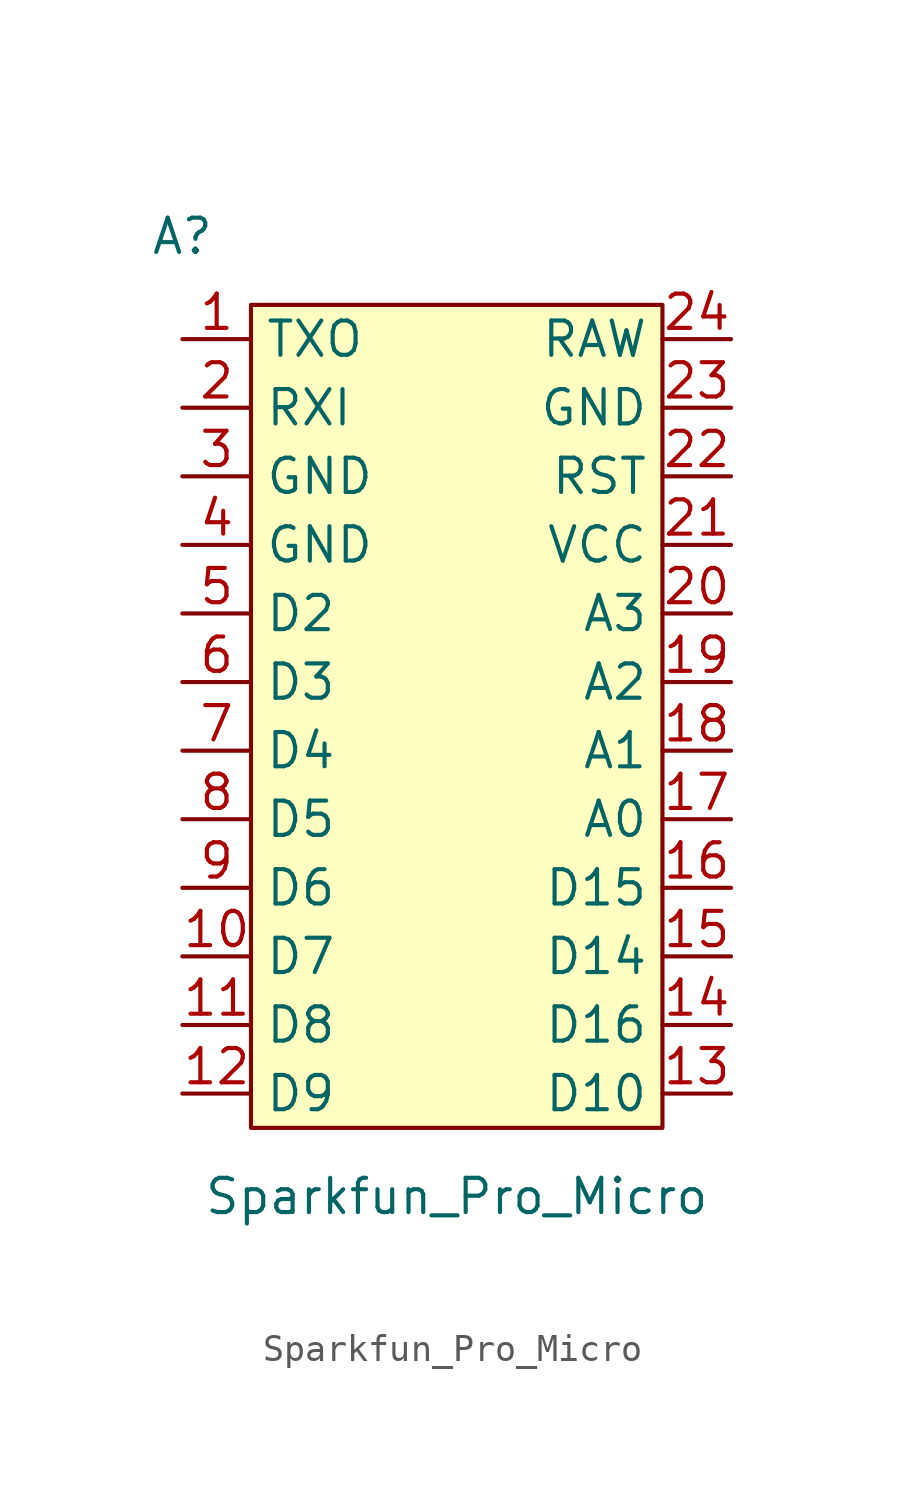
<source format=kicad_sym>
(kicad_symbol_lib
  (version 20220914)
  (generator kicad_symbol_editor)
  (symbol "Sparkfun_Pro_Micro"
    (property "Reference" "A"
      (at -10.16 17.78 0)
      (effects (font (size 1.27 1.27))))
    (property "Value" "Sparkfun_Pro_Micro"
      (at 0 -17.78 0)
      (effects (font (size 1.27 1.27))))
    (symbol "Sparkfun_Pro_Micro_1_1"
      (rectangle (start -7.62 15.24) (end 7.62 -15.24) (stroke (width 0) (type default)) (fill (type background)))
      (pin bidirectional line (at -10.16 13.97 0) (length 2.54) (name "TXO" (effects (font (size 1.27 1.27)))) (number "1" (effects (font (size 1.27 1.27)))) (alternate "D1" bidirectional line) (alternate "INT3" bidirectional line) (alternate "PD3" bidirectional line) (alternate "TX1" bidirectional line))
      (pin bidirectional line (at -10.16 -8.89 0) (length 2.54) (name "D7" (effects (font (size 1.27 1.27)))) (number "10" (effects (font (size 1.27 1.27)))) (alternate "AIN0" bidirectional line) (alternate "INT6" bidirectional line) (alternate "PE6" bidirectional line))
      (pin bidirectional line (at -10.16 -11.43 0) (length 2.54) (name "D8" (effects (font (size 1.27 1.27)))) (number "11" (effects (font (size 1.27 1.27)))) (alternate "ADC11" bidirectional line) (alternate "PB4" bidirectional line) (alternate "PCINT4" bidirectional line))
      (pin bidirectional line (at -10.16 -13.97 0) (length 2.54) (name "D9" (effects (font (size 1.27 1.27)))) (number "12" (effects (font (size 1.27 1.27)))) (alternate "ADC12" bidirectional line) (alternate "OC1A" bidirectional line) (alternate "PB5" bidirectional line) (alternate "PCINT5" bidirectional line) (alternate "~{OC4B}" bidirectional line))
      (pin bidirectional line (at 10.16 -13.97 180) (length 2.54) (name "D10" (effects (font (size 1.27 1.27)))) (number "13" (effects (font (size 1.27 1.27)))) (alternate "A10" bidirectional line) (alternate "ADC13" bidirectional line) (alternate "OC1B" bidirectional line) (alternate "OC4B" bidirectional line) (alternate "PB6" bidirectional line) (alternate "PCINT6" bidirectional line))
      (pin bidirectional line (at 10.16 -11.43 180) (length 2.54) (name "D16" (effects (font (size 1.27 1.27)))) (number "14" (effects (font (size 1.27 1.27)))) (alternate "MOSI" bidirectional line) (alternate "PB2" bidirectional line) (alternate "PCINT2" bidirectional line) (alternate "PDI" bidirectional line))
      (pin bidirectional line (at 10.16 -8.89 180) (length 2.54) (name "D14" (effects (font (size 1.27 1.27)))) (number "15" (effects (font (size 1.27 1.27)))) (alternate "MISO" bidirectional line) (alternate "PB3" bidirectional line) (alternate "PCINT3" bidirectional line) (alternate "PDO" bidirectional line))
      (pin bidirectional line (at 10.16 -6.35 180) (length 2.54) (name "D15" (effects (font (size 1.27 1.27)))) (number "16" (effects (font (size 1.27 1.27)))) (alternate "PB1" bidirectional line) (alternate "PCINT1" bidirectional line) (alternate "SCK" bidirectional line))
      (pin bidirectional line (at 10.16 -3.81 180) (length 2.54) (name "A0" (effects (font (size 1.27 1.27)))) (number "17" (effects (font (size 1.27 1.27)))) (alternate "ADC7" bidirectional line) (alternate "PF7" bidirectional line) (alternate "TDI" bidirectional line))
      (pin bidirectional line (at 10.16 -1.27 180) (length 2.54) (name "A1" (effects (font (size 1.27 1.27)))) (number "18" (effects (font (size 1.27 1.27)))) (alternate "ADC6" bidirectional line) (alternate "PF6" bidirectional line) (alternate "TDO" bidirectional line))
      (pin bidirectional line (at 10.16 1.27 180) (length 2.54) (name "A2" (effects (font (size 1.27 1.27)))) (number "19" (effects (font (size 1.27 1.27)))) (alternate "ADC5" bidirectional line) (alternate "PF5" bidirectional line) (alternate "TMS" bidirectional line))
      (pin bidirectional line (at -10.16 11.43 0) (length 2.54) (name "RXI" (effects (font (size 1.27 1.27)))) (number "2" (effects (font (size 1.27 1.27)))) (alternate "D0" bidirectional line) (alternate "INT2" bidirectional line) (alternate "PD2" bidirectional line) (alternate "RX1" bidirectional line))
      (pin bidirectional line (at 10.16 3.81 180) (length 2.54) (name "A3" (effects (font (size 1.27 1.27)))) (number "20" (effects (font (size 1.27 1.27)))) (alternate "ADC4" bidirectional line) (alternate "PF4" bidirectional line) (alternate "TCK" bidirectional line))
      (pin bidirectional line (at 10.16 6.35 180) (length 2.54) (name "VCC" (effects (font (size 1.27 1.27)))) (number "21" (effects (font (size 1.27 1.27)))))
      (pin bidirectional line (at 10.16 8.89 180) (length 2.54) (name "RST" (effects (font (size 1.27 1.27)))) (number "22" (effects (font (size 1.27 1.27)))))
      (pin bidirectional line (at 10.16 11.43 180) (length 2.54) (name "GND" (effects (font (size 1.27 1.27)))) (number "23" (effects (font (size 1.27 1.27)))))
      (pin bidirectional line (at 10.16 13.97 180) (length 2.54) (name "RAW" (effects (font (size 1.27 1.27)))) (number "24" (effects (font (size 1.27 1.27)))))
      (pin bidirectional line (at -10.16 8.89 0) (length 2.54) (name "GND" (effects (font (size 1.27 1.27)))) (number "3" (effects (font (size 1.27 1.27)))))
      (pin bidirectional line (at -10.16 6.35 0) (length 2.54) (name "GND" (effects (font (size 1.27 1.27)))) (number "4" (effects (font (size 1.27 1.27)))))
      (pin bidirectional line (at -10.16 3.81 0) (length 2.54) (name "D2" (effects (font (size 1.27 1.27)))) (number "5" (effects (font (size 1.27 1.27)))) (alternate "INT1" bidirectional line) (alternate "PD1" bidirectional line) (alternate "SDA" bidirectional line))
      (pin bidirectional line (at -10.16 1.27 0) (length 2.54) (name "D3" (effects (font (size 1.27 1.27)))) (number "6" (effects (font (size 1.27 1.27)))) (alternate "INT0" bidirectional line) (alternate "OC0B" bidirectional line) (alternate "PD0" bidirectional line) (alternate "SCL" bidirectional line))
      (pin bidirectional line (at -10.16 -1.27 0) (length 2.54) (name "D4" (effects (font (size 1.27 1.27)))) (number "7" (effects (font (size 1.27 1.27)))) (alternate "ADC8" bidirectional line) (alternate "ICP1" bidirectional line) (alternate "PD4" bidirectional line))
      (pin bidirectional line (at -10.16 -3.81 0) (length 2.54) (name "D5" (effects (font (size 1.27 1.27)))) (number "8" (effects (font (size 1.27 1.27)))) (alternate "OC3A" bidirectional line) (alternate "PC6" bidirectional line) (alternate "~{OCA4}" bidirectional line))
      (pin bidirectional line (at -10.16 -6.35 0) (length 2.54) (name "D6" (effects (font (size 1.27 1.27)))) (number "9" (effects (font (size 1.27 1.27)))) (alternate "ADC10" bidirectional line) (alternate "OC4D" bidirectional line) (alternate "PD7" bidirectional line) (alternate "TO" bidirectional line)))))
</source>
